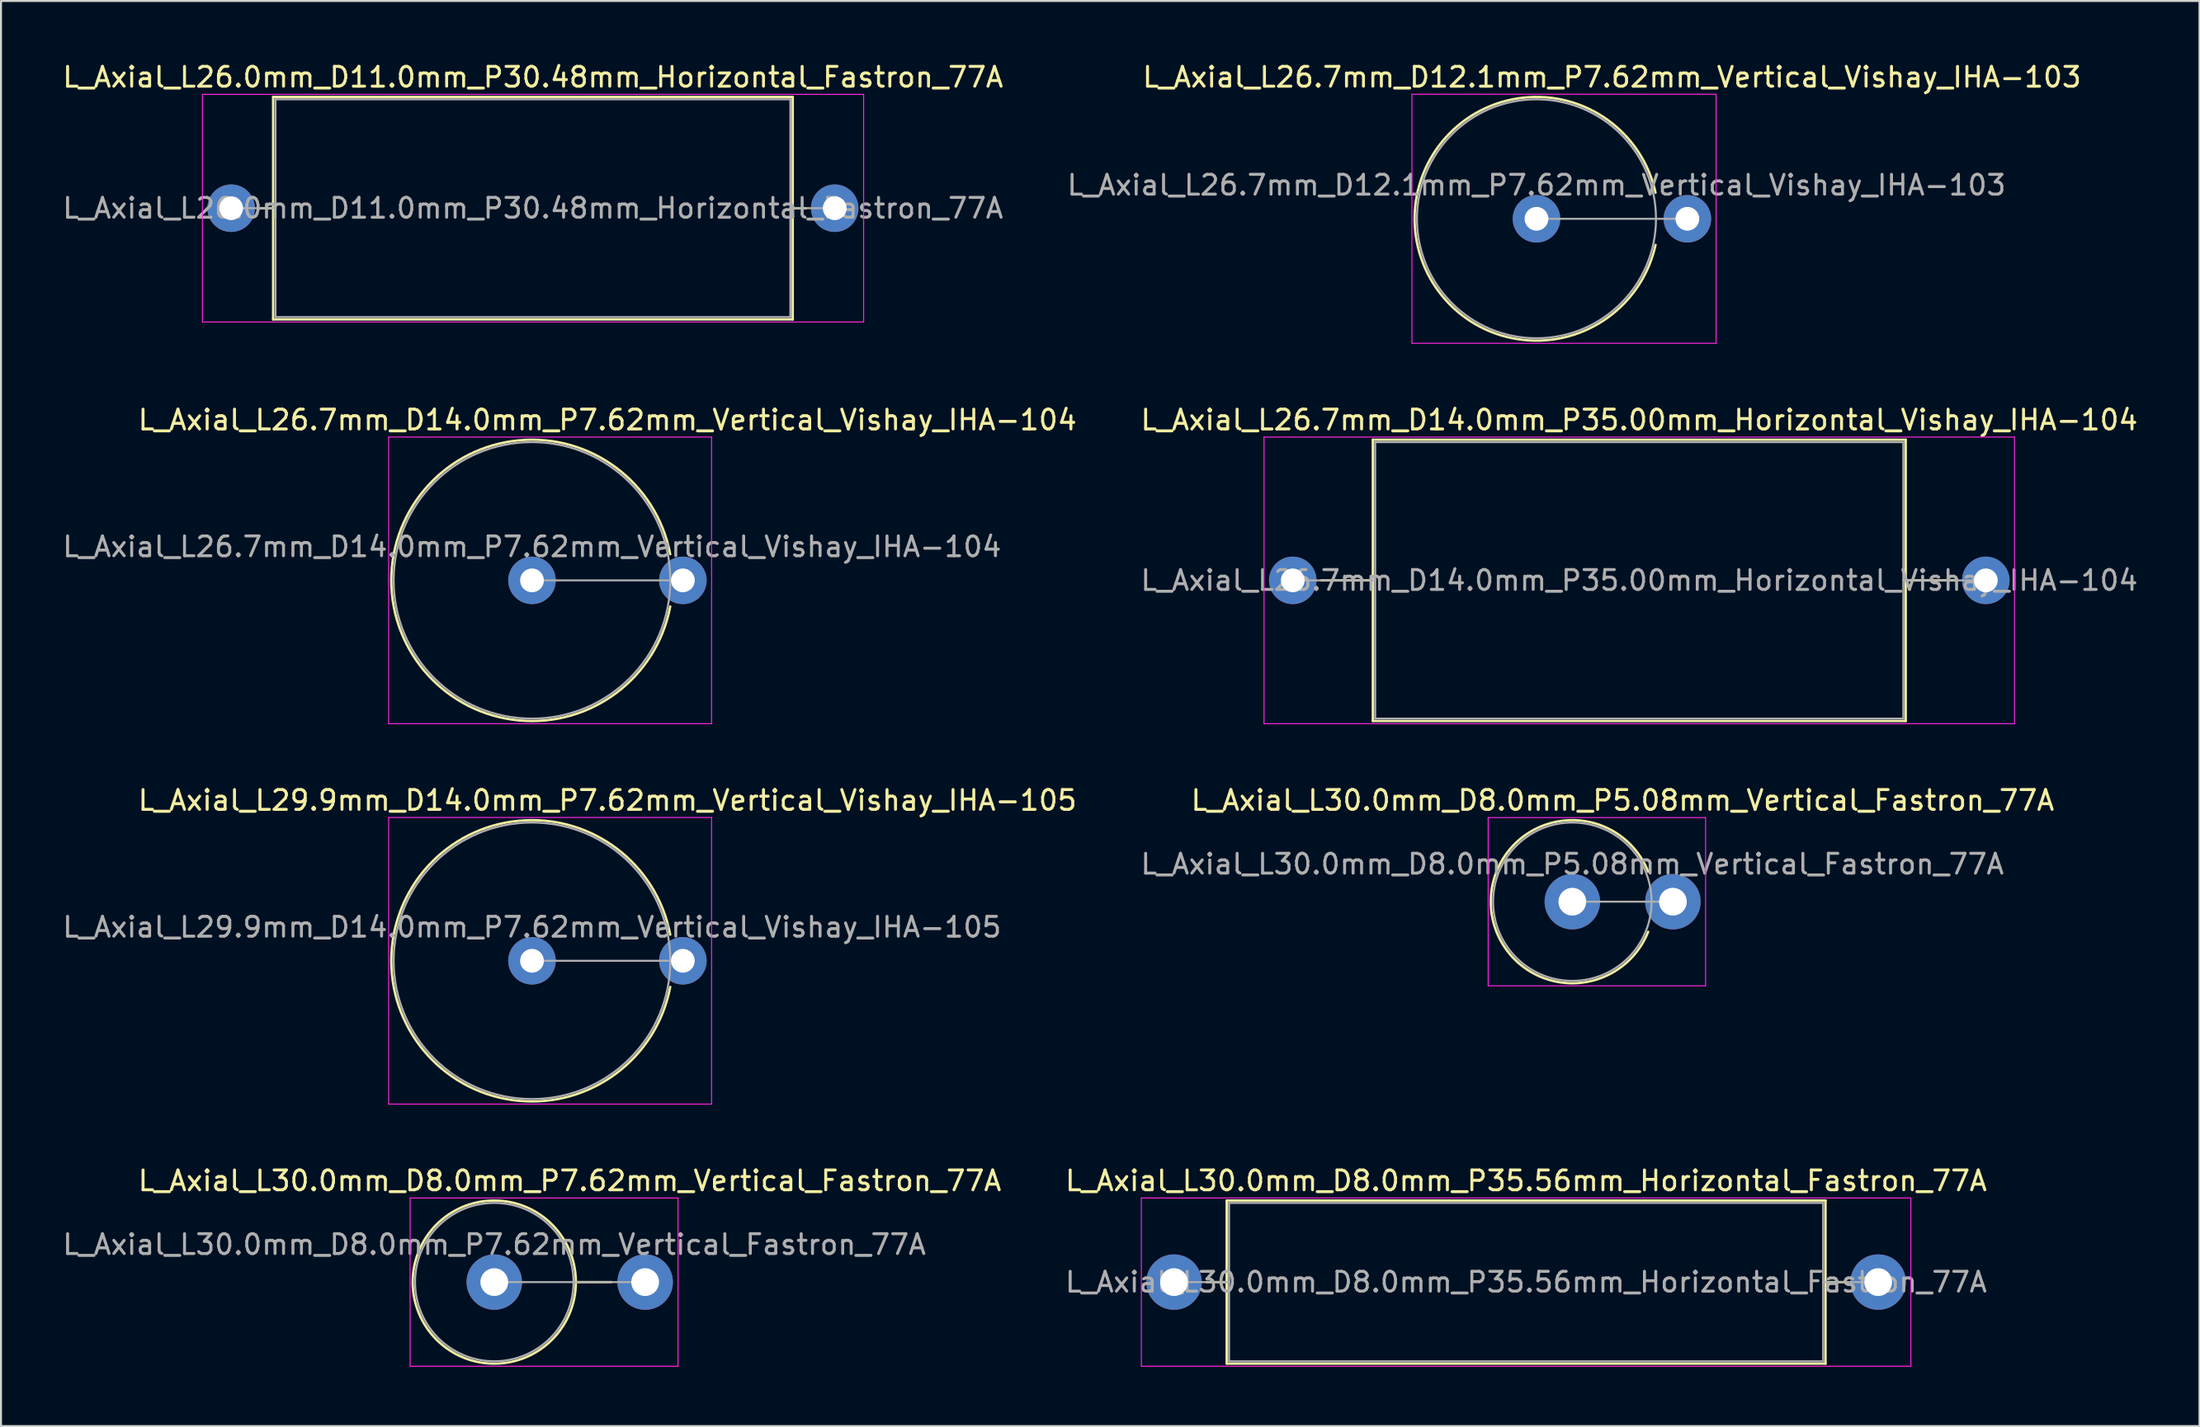
<source format=kicad_pcb>
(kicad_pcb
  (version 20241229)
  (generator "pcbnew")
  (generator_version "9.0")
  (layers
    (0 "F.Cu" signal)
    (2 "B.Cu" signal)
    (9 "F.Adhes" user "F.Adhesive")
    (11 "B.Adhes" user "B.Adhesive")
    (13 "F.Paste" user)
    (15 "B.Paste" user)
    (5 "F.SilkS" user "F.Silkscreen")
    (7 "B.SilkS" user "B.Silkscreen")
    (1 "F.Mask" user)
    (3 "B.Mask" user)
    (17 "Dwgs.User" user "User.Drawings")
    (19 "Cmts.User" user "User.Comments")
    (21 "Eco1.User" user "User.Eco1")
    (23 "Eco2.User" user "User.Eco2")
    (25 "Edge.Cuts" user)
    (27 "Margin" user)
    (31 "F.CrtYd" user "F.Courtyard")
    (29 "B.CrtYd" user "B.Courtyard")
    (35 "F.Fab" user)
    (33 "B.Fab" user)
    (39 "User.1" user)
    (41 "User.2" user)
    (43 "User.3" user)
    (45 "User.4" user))
  (footprint "L_Axial_L26.7mm_D14.0mm_P7.62mm_Vertical_Vishay_IHA-104"
    (layer "F.Cu")
    (at 23.815 26.271)
    (property "Reference" "L_Axial_L26.7mm_D14.0mm_P7.62mm_Vertical_Vishay_IHA-104" (at 3.81 -8.105 0) (layer "F.SilkS") (effects (font (size 1 1) (thickness 0.15))))
    (attr through_hole)
    (fp_arc (start 6.981305 1.32) (mid -7.105 0) (end 6.981305 -1.32) (stroke (width 0.12) (type solid)) (layer "F.SilkS"))
    (fp_line (start -7.24 -7.24) (end -7.24 7.24) (stroke (width 0.05) (type solid)) (layer "F.CrtYd"))
    (fp_line (start -7.24 7.24) (end 9.07 7.24) (stroke (width 0.05) (type solid)) (layer "F.CrtYd"))
    (fp_line (start 9.07 -7.24) (end -7.24 -7.24) (stroke (width 0.05) (type solid)) (layer "F.CrtYd"))
    (fp_line (start 9.07 7.24) (end 9.07 -7.24) (stroke (width 0.05) (type solid)) (layer "F.CrtYd"))
    (fp_line (start 0 0) (end 7.62 0) (stroke (width 0.1) (type solid)) (layer "F.Fab"))
    (fp_circle (center 0 0) (end 6.985 0) (stroke (width 0.1) (type solid)) (fill no) (layer "F.Fab"))
    (fp_text user "${REFERENCE}" (at 0 -1.7 0) (layer "F.Fab") (effects (font (size 1 1) (thickness 0.15))))
    (pad "1" thru_hole circle (at 0 0) (size 2.4 2.4) (drill 1.2) (layers "*.Cu" "*.Mask"))
    (pad "2" thru_hole oval (at 7.62 0) (size 2.4 2.4) (drill 1.2) (layers "*.Cu" "*.Mask")))
  (footprint "L_Axial_L30.0mm_D8.0mm_P35.56mm_Horizontal_Fastron_77A"
    (layer "F.Cu")
    (at 56.238 61.723)
    (property "Reference" "L_Axial_L30.0mm_D8.0mm_P35.56mm_Horizontal_Fastron_77A" (at 17.78 -5.12 0) (layer "F.SilkS") (effects (font (size 1 1) (thickness 0.15))))
    (attr through_hole)
    (fp_line (start 1.64 0) (end 2.66 0) (stroke (width 0.12) (type solid)) (layer "F.SilkS"))
    (fp_line (start 2.66 -4.12) (end 2.66 4.12) (stroke (width 0.12) (type solid)) (layer "F.SilkS"))
    (fp_line (start 2.66 4.12) (end 32.9 4.12) (stroke (width 0.12) (type solid)) (layer "F.SilkS"))
    (fp_line (start 32.9 -4.12) (end 2.66 -4.12) (stroke (width 0.12) (type solid)) (layer "F.SilkS"))
    (fp_line (start 32.9 4.12) (end 32.9 -4.12) (stroke (width 0.12) (type solid)) (layer "F.SilkS"))
    (fp_line (start 33.92 0) (end 32.9 0) (stroke (width 0.12) (type solid)) (layer "F.SilkS"))
    (fp_line (start -1.65 -4.25) (end -1.65 4.25) (stroke (width 0.05) (type solid)) (layer "F.CrtYd"))
    (fp_line (start -1.65 4.25) (end 37.21 4.25) (stroke (width 0.05) (type solid)) (layer "F.CrtYd"))
    (fp_line (start 37.21 -4.25) (end -1.65 -4.25) (stroke (width 0.05) (type solid)) (layer "F.CrtYd"))
    (fp_line (start 37.21 4.25) (end 37.21 -4.25) (stroke (width 0.05) (type solid)) (layer "F.CrtYd"))
    (fp_line (start 0 0) (end 2.78 0) (stroke (width 0.1) (type solid)) (layer "F.Fab"))
    (fp_line (start 2.78 -4) (end 2.78 4) (stroke (width 0.1) (type solid)) (layer "F.Fab"))
    (fp_line (start 2.78 4) (end 32.78 4) (stroke (width 0.1) (type solid)) (layer "F.Fab"))
    (fp_line (start 32.78 -4) (end 2.78 -4) (stroke (width 0.1) (type solid)) (layer "F.Fab"))
    (fp_line (start 32.78 4) (end 32.78 -4) (stroke (width 0.1) (type solid)) (layer "F.Fab"))
    (fp_line (start 35.56 0) (end 32.78 0) (stroke (width 0.1) (type solid)) (layer "F.Fab"))
    (fp_text user "${REFERENCE}" (at 17.78 0 0) (layer "F.Fab") (effects (font (size 1 1) (thickness 0.15))))
    (pad "1" thru_hole circle (at 0 0) (size 2.8 2.8) (drill 1.4) (layers "*.Cu" "*.Mask"))
    (pad "2" thru_hole oval (at 35.56 0) (size 2.8 2.8) (drill 1.4) (layers "*.Cu" "*.Mask")))
  (footprint "L_Axial_L30.0mm_D8.0mm_P5.08mm_Vertical_Fastron_77A"
    (layer "F.Cu")
    (at 76.352 42.505)
    (property "Reference" "L_Axial_L30.0mm_D8.0mm_P5.08mm_Vertical_Fastron_77A" (at 2.54 -5.12 0) (layer "F.SilkS") (effects (font (size 1 1) (thickness 0.15))))
    (attr through_hole)
    (fp_arc (start 3.82936 1.52) (mid -4.12 0) (end 3.82936 -1.52) (stroke (width 0.12) (type solid)) (layer "F.SilkS"))
    (fp_line (start -4.25 -4.25) (end -4.25 4.25) (stroke (width 0.05) (type solid)) (layer "F.CrtYd"))
    (fp_line (start -4.25 4.25) (end 6.73 4.25) (stroke (width 0.05) (type solid)) (layer "F.CrtYd"))
    (fp_line (start 6.73 -4.25) (end -4.25 -4.25) (stroke (width 0.05) (type solid)) (layer "F.CrtYd"))
    (fp_line (start 6.73 4.25) (end 6.73 -4.25) (stroke (width 0.05) (type solid)) (layer "F.CrtYd"))
    (fp_line (start 0 0) (end 5.08 0) (stroke (width 0.1) (type solid)) (layer "F.Fab"))
    (fp_circle (center 0 0) (end 4 0) (stroke (width 0.1) (type solid)) (fill no) (layer "F.Fab"))
    (fp_text user "${REFERENCE}" (at 0 -1.9 0) (layer "F.Fab") (effects (font (size 1 1) (thickness 0.15))))
    (pad "1" thru_hole circle (at 0 0) (size 2.8 2.8) (drill 1.4) (layers "*.Cu" "*.Mask"))
    (pad "2" thru_hole oval (at 5.08 0) (size 2.8 2.8) (drill 1.4) (layers "*.Cu" "*.Mask")))
  (footprint "L_Axial_L26.0mm_D11.0mm_P30.48mm_Horizontal_Fastron_77A"
    (layer "F.Cu")
    (at 8.623 7.468)
    (property "Reference" "L_Axial_L26.0mm_D11.0mm_P30.48mm_Horizontal_Fastron_77A" (at 15.24 -6.62 0) (layer "F.SilkS") (effects (font (size 1 1) (thickness 0.15))))
    (attr through_hole)
    (fp_line (start 1.44 0) (end 2.12 0) (stroke (width 0.12) (type solid)) (layer "F.SilkS"))
    (fp_line (start 2.12 -5.62) (end 2.12 5.62) (stroke (width 0.12) (type solid)) (layer "F.SilkS"))
    (fp_line (start 2.12 5.62) (end 28.36 5.62) (stroke (width 0.12) (type solid)) (layer "F.SilkS"))
    (fp_line (start 28.36 -5.62) (end 2.12 -5.62) (stroke (width 0.12) (type solid)) (layer "F.SilkS"))
    (fp_line (start 28.36 5.62) (end 28.36 -5.62) (stroke (width 0.12) (type solid)) (layer "F.SilkS"))
    (fp_line (start 29.04 0) (end 28.36 0) (stroke (width 0.12) (type solid)) (layer "F.SilkS"))
    (fp_line (start -1.45 -5.75) (end -1.45 5.75) (stroke (width 0.05) (type solid)) (layer "F.CrtYd"))
    (fp_line (start -1.45 5.75) (end 31.94 5.75) (stroke (width 0.05) (type solid)) (layer "F.CrtYd"))
    (fp_line (start 31.94 -5.75) (end -1.45 -5.75) (stroke (width 0.05) (type solid)) (layer "F.CrtYd"))
    (fp_line (start 31.94 5.75) (end 31.94 -5.75) (stroke (width 0.05) (type solid)) (layer "F.CrtYd"))
    (fp_line (start 0 0) (end 2.24 0) (stroke (width 0.1) (type solid)) (layer "F.Fab"))
    (fp_line (start 2.24 -5.5) (end 2.24 5.5) (stroke (width 0.1) (type solid)) (layer "F.Fab"))
    (fp_line (start 2.24 5.5) (end 28.24 5.5) (stroke (width 0.1) (type solid)) (layer "F.Fab"))
    (fp_line (start 28.24 -5.5) (end 2.24 -5.5) (stroke (width 0.1) (type solid)) (layer "F.Fab"))
    (fp_line (start 28.24 5.5) (end 28.24 -5.5) (stroke (width 0.1) (type solid)) (layer "F.Fab"))
    (fp_line (start 30.48 0) (end 28.24 0) (stroke (width 0.1) (type solid)) (layer "F.Fab"))
    (fp_text user "${REFERENCE}" (at 15.24 0 0) (layer "F.Fab") (effects (font (size 1 1) (thickness 0.15))))
    (pad "1" thru_hole circle (at 0 0) (size 2.4 2.4) (drill 1.2) (layers "*.Cu" "*.Mask"))
    (pad "2" thru_hole oval (at 30.48 0) (size 2.4 2.4) (drill 1.2) (layers "*.Cu" "*.Mask")))
  (footprint "L_Axial_L30.0mm_D8.0mm_P7.62mm_Vertical_Fastron_77A"
    (layer "F.Cu")
    (at 21.911 61.723)
    (property "Reference" "L_Axial_L30.0mm_D8.0mm_P7.62mm_Vertical_Fastron_77A" (at 3.81 -5.12 0) (layer "F.SilkS") (effects (font (size 1 1) (thickness 0.15))))
    (attr through_hole)
    (fp_line (start 4.12 0) (end 5.92 0) (stroke (width 0.12) (type solid)) (layer "F.SilkS"))
    (fp_circle (center 0 0) (end 4.12 0) (stroke (width 0.12) (type solid)) (fill no) (layer "F.SilkS"))
    (fp_line (start -4.25 -4.25) (end -4.25 4.25) (stroke (width 0.05) (type solid)) (layer "F.CrtYd"))
    (fp_line (start -4.25 4.25) (end 9.28 4.25) (stroke (width 0.05) (type solid)) (layer "F.CrtYd"))
    (fp_line (start 9.28 -4.25) (end -4.25 -4.25) (stroke (width 0.05) (type solid)) (layer "F.CrtYd"))
    (fp_line (start 9.28 4.25) (end 9.28 -4.25) (stroke (width 0.05) (type solid)) (layer "F.CrtYd"))
    (fp_line (start 0 0) (end 7.62 0) (stroke (width 0.1) (type solid)) (layer "F.Fab"))
    (fp_circle (center 0 0) (end 4 0) (stroke (width 0.1) (type solid)) (fill no) (layer "F.Fab"))
    (fp_text user "${REFERENCE}" (at 0 -1.9 0) (layer "F.Fab") (effects (font (size 1 1) (thickness 0.15))))
    (pad "1" thru_hole circle (at 0 0) (size 2.8 2.8) (drill 1.4) (layers "*.Cu" "*.Mask"))
    (pad "2" thru_hole oval (at 7.62 0) (size 2.8 2.8) (drill 1.4) (layers "*.Cu" "*.Mask")))
  (footprint "L_Axial_L29.9mm_D14.0mm_P7.62mm_Vertical_Vishay_IHA-105"
    (layer "F.Cu")
    (at 23.815 45.49)
    (property "Reference" "L_Axial_L29.9mm_D14.0mm_P7.62mm_Vertical_Vishay_IHA-105" (at 3.81 -8.105 0) (layer "F.SilkS") (effects (font (size 1 1) (thickness 0.15))))
    (attr through_hole)
    (fp_arc (start 6.981305 1.32) (mid -7.105 0) (end 6.981305 -1.32) (stroke (width 0.12) (type solid)) (layer "F.SilkS"))
    (fp_line (start -7.24 -7.24) (end -7.24 7.24) (stroke (width 0.05) (type solid)) (layer "F.CrtYd"))
    (fp_line (start -7.24 7.24) (end 9.07 7.24) (stroke (width 0.05) (type solid)) (layer "F.CrtYd"))
    (fp_line (start 9.07 -7.24) (end -7.24 -7.24) (stroke (width 0.05) (type solid)) (layer "F.CrtYd"))
    (fp_line (start 9.07 7.24) (end 9.07 -7.24) (stroke (width 0.05) (type solid)) (layer "F.CrtYd"))
    (fp_line (start 0 0) (end 7.62 0) (stroke (width 0.1) (type solid)) (layer "F.Fab"))
    (fp_circle (center 0 0) (end 6.985 0) (stroke (width 0.1) (type solid)) (fill no) (layer "F.Fab"))
    (fp_text user "${REFERENCE}" (at 0 -1.7 0) (layer "F.Fab") (effects (font (size 1 1) (thickness 0.15))))
    (pad "1" thru_hole circle (at 0 0) (size 2.4 2.4) (drill 1.2) (layers "*.Cu" "*.Mask"))
    (pad "2" thru_hole oval (at 7.62 0) (size 2.4 2.4) (drill 1.2) (layers "*.Cu" "*.Mask")))
  (footprint "L_Axial_L26.7mm_D12.1mm_P7.62mm_Vertical_Vishay_IHA-103"
    (layer "F.Cu")
    (at 74.542 8.003)
    (property "Reference" "L_Axial_L26.7mm_D12.1mm_P7.62mm_Vertical_Vishay_IHA-103" (at 3.81 -7.155 0) (layer "F.SilkS") (effects (font (size 1 1) (thickness 0.15))))
    (attr through_hole)
    (fp_arc (start 6.01179 1.32) (mid -6.155 0) (end 6.01179 -1.32) (stroke (width 0.12) (type solid)) (layer "F.SilkS"))
    (fp_line (start -6.29 -6.29) (end -6.29 6.29) (stroke (width 0.05) (type solid)) (layer "F.CrtYd"))
    (fp_line (start -6.29 6.29) (end 9.07 6.29) (stroke (width 0.05) (type solid)) (layer "F.CrtYd"))
    (fp_line (start 9.07 -6.29) (end -6.29 -6.29) (stroke (width 0.05) (type solid)) (layer "F.CrtYd"))
    (fp_line (start 9.07 6.29) (end 9.07 -6.29) (stroke (width 0.05) (type solid)) (layer "F.CrtYd"))
    (fp_line (start 0 0) (end 7.62 0) (stroke (width 0.1) (type solid)) (layer "F.Fab"))
    (fp_circle (center 0 0) (end 6.035 0) (stroke (width 0.1) (type solid)) (fill no) (layer "F.Fab"))
    (fp_text user "${REFERENCE}" (at 0 -1.7 0) (layer "F.Fab") (effects (font (size 1 1) (thickness 0.15))))
    (pad "1" thru_hole circle (at 0 0) (size 2.4 2.4) (drill 1.2) (layers "*.Cu" "*.Mask"))
    (pad "2" thru_hole oval (at 7.62 0) (size 2.4 2.4) (drill 1.2) (layers "*.Cu" "*.Mask")))
  (footprint "L_Axial_L26.7mm_D14.0mm_P35.00mm_Horizontal_Vishay_IHA-104"
    (layer "F.Cu")
    (at 62.233 26.271)
    (property "Reference" "L_Axial_L26.7mm_D14.0mm_P35.00mm_Horizontal_Vishay_IHA-104" (at 17.5 -8.105 0) (layer "F.SilkS") (effects (font (size 1 1) (thickness 0.15))))
    (attr through_hole)
    (fp_line (start 1.44 0) (end 4.045 0) (stroke (width 0.12) (type solid)) (layer "F.SilkS"))
    (fp_line (start 4.045 -7.105) (end 4.045 7.105) (stroke (width 0.12) (type solid)) (layer "F.SilkS"))
    (fp_line (start 4.045 7.105) (end 30.955 7.105) (stroke (width 0.12) (type solid)) (layer "F.SilkS"))
    (fp_line (start 30.955 -7.105) (end 4.045 -7.105) (stroke (width 0.12) (type solid)) (layer "F.SilkS"))
    (fp_line (start 30.955 7.105) (end 30.955 -7.105) (stroke (width 0.12) (type solid)) (layer "F.SilkS"))
    (fp_line (start 33.56 0) (end 30.955 0) (stroke (width 0.12) (type solid)) (layer "F.SilkS"))
    (fp_line (start -1.45 -7.24) (end -1.45 7.24) (stroke (width 0.05) (type solid)) (layer "F.CrtYd"))
    (fp_line (start -1.45 7.24) (end 36.45 7.24) (stroke (width 0.05) (type solid)) (layer "F.CrtYd"))
    (fp_line (start 36.45 -7.24) (end -1.45 -7.24) (stroke (width 0.05) (type solid)) (layer "F.CrtYd"))
    (fp_line (start 36.45 7.24) (end 36.45 -7.24) (stroke (width 0.05) (type solid)) (layer "F.CrtYd"))
    (fp_line (start 0 0) (end 4.165 0) (stroke (width 0.1) (type solid)) (layer "F.Fab"))
    (fp_line (start 4.165 -6.985) (end 4.165 6.985) (stroke (width 0.1) (type solid)) (layer "F.Fab"))
    (fp_line (start 4.165 6.985) (end 30.835 6.985) (stroke (width 0.1) (type solid)) (layer "F.Fab"))
    (fp_line (start 30.835 -6.985) (end 4.165 -6.985) (stroke (width 0.1) (type solid)) (layer "F.Fab"))
    (fp_line (start 30.835 6.985) (end 30.835 -6.985) (stroke (width 0.1) (type solid)) (layer "F.Fab"))
    (fp_line (start 35 0) (end 30.835 0) (stroke (width 0.1) (type solid)) (layer "F.Fab"))
    (fp_text user "${REFERENCE}" (at 17.5 0 0) (layer "F.Fab") (effects (font (size 1 1) (thickness 0.15))))
    (pad "1" thru_hole circle (at 0 0) (size 2.4 2.4) (drill 1.2) (layers "*.Cu" "*.Mask"))
    (pad "2" thru_hole oval (at 35 0) (size 2.4 2.4) (drill 1.2) (layers "*.Cu" "*.Mask")))
  (gr_rect
    (start -3 -3)
    (end 108.024 68.998)
    (stroke (width 0.1) (type default))
    (fill no)
    (layer "Edge.Cuts")))
</source>
